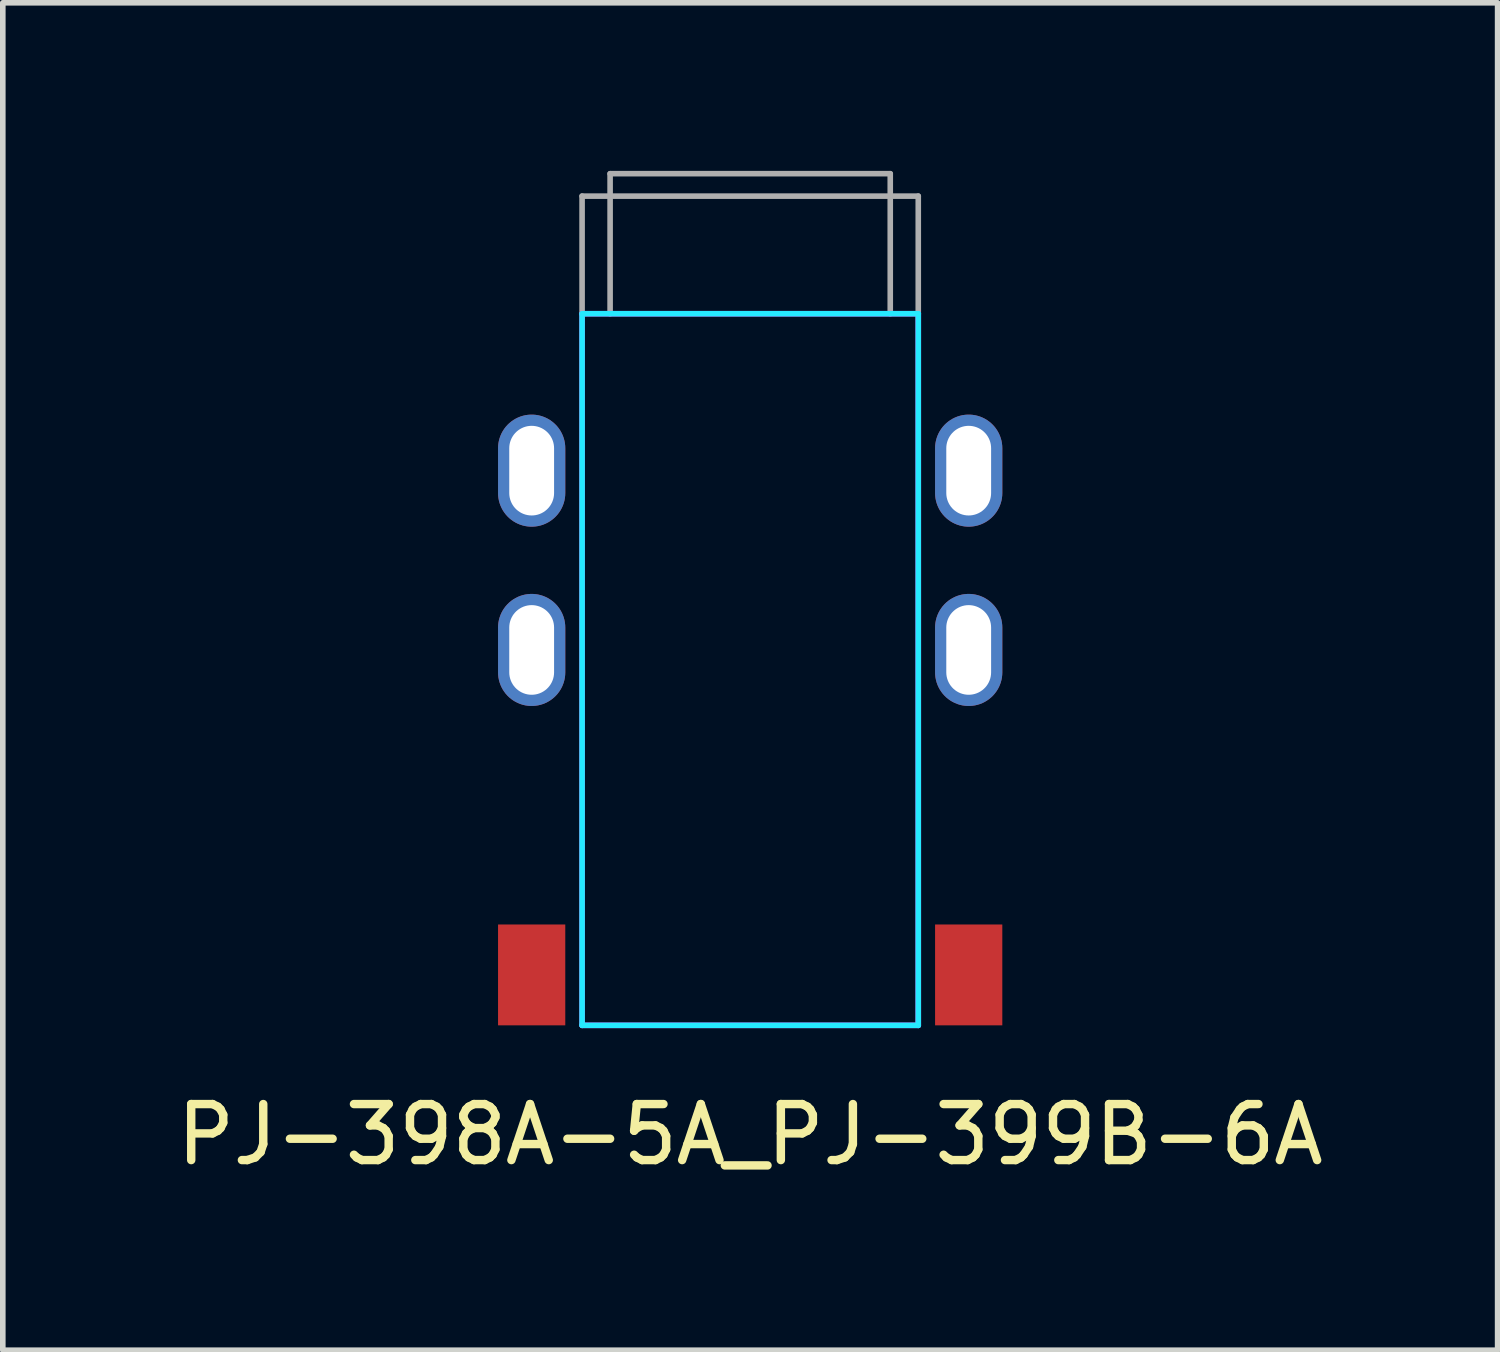
<source format=kicad_pcb>
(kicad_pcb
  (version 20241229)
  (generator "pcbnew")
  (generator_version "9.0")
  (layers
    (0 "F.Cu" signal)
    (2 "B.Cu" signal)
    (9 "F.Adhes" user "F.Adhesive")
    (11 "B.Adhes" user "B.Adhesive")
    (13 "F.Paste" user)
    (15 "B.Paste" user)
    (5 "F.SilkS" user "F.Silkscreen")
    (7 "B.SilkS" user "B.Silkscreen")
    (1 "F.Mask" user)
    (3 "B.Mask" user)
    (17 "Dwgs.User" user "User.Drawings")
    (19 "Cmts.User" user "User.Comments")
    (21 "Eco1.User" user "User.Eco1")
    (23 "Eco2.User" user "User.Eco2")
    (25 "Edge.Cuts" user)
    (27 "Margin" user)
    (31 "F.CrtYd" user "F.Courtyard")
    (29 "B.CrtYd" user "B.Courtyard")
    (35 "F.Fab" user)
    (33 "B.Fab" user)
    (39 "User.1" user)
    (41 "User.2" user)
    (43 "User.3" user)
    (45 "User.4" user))
  (footprint "PJ-398A-5A_PJ-399B-6A"
    (layer "F.Cu")
    (at 10.339 2.55)
    (property "Reference" "PJ-398A-5A_PJ-399B-6A" (at 0 14.65 0) (layer "F.SilkS") (effects (font (size 1 1) (thickness 0.15))))
    (attr through_hole)
    (fp_line (start -3 0) (end -3 12.7) (stroke (width 0.1) (type solid)) (layer "B.CrtYd"))
    (fp_line (start -3 0) (end 3 0) (stroke (width 0.1) (type solid)) (layer "B.CrtYd"))
    (fp_line (start -3 12.7) (end 3 12.7) (stroke (width 0.1) (type solid)) (layer "B.CrtYd"))
    (fp_line (start 3 0) (end 3 12.7) (stroke (width 0.1) (type solid)) (layer "B.CrtYd"))
    (fp_line (start -3 0) (end -3 12.7) (stroke (width 0.1) (type solid)) (layer "F.CrtYd"))
    (fp_line (start -3 0) (end 3 0) (stroke (width 0.1) (type solid)) (layer "F.CrtYd"))
    (fp_line (start -3 12.7) (end 3 12.7) (stroke (width 0.1) (type solid)) (layer "F.CrtYd"))
    (fp_line (start 3 0) (end 3 12.7) (stroke (width 0.1) (type solid)) (layer "F.CrtYd"))
    (fp_line (start -3 -2.1) (end 3 -2.1) (stroke (width 0.1) (type default)) (layer "F.Fab"))
    (fp_line (start -3 0) (end -3 -2.1) (stroke (width 0.1) (type default)) (layer "F.Fab"))
    (fp_line (start -2.5 -2.5) (end -2.5 0) (stroke (width 0.1) (type default)) (layer "F.Fab"))
    (fp_line (start -2.5 -2.5) (end 2.5 -2.5) (stroke (width 0.1) (type default)) (layer "F.Fab"))
    (fp_line (start 2.5 -2.5) (end 2.5 0) (stroke (width 0.1) (type default)) (layer "F.Fab"))
    (fp_line (start 3 0) (end 3 -2.1) (stroke (width 0.1) (type default)) (layer "F.Fab"))
    (pad "R" thru_hole oval (at -3.9 6) (size 1.2 2) (drill oval 0.8 1.6) (layers "*.Cu" "*.Mask"))
    (pad "R" thru_hole oval (at 3.9 6) (size 1.2 2) (drill oval 0.8 1.6) (layers "*.Cu" "*.Mask"))
    (pad "S" thru_hole oval (at -3.9 2.8) (size 1.2 2) (drill oval 0.8 1.6) (layers "*.Cu" "*.Mask"))
    (pad "S" thru_hole oval (at 3.9 2.8) (size 1.2 2) (drill oval 0.8 1.6) (layers "*.Cu" "*.Mask"))
    (pad "T" smd rect (at -3.9 11.8) (size 1.2 1.8) (layers "F.Cu" "F.Mask" "F.Paste"))
    (pad "T" smd rect (at 3.9 11.8) (size 1.2 1.8) (layers "F.Cu" "F.Mask" "F.Paste")))
  (gr_rect
    (start -3 -3)
    (end 23.679 21.048)
    (stroke (width 0.1) (type default))
    (fill no)
    (layer "Edge.Cuts")))
</source>
